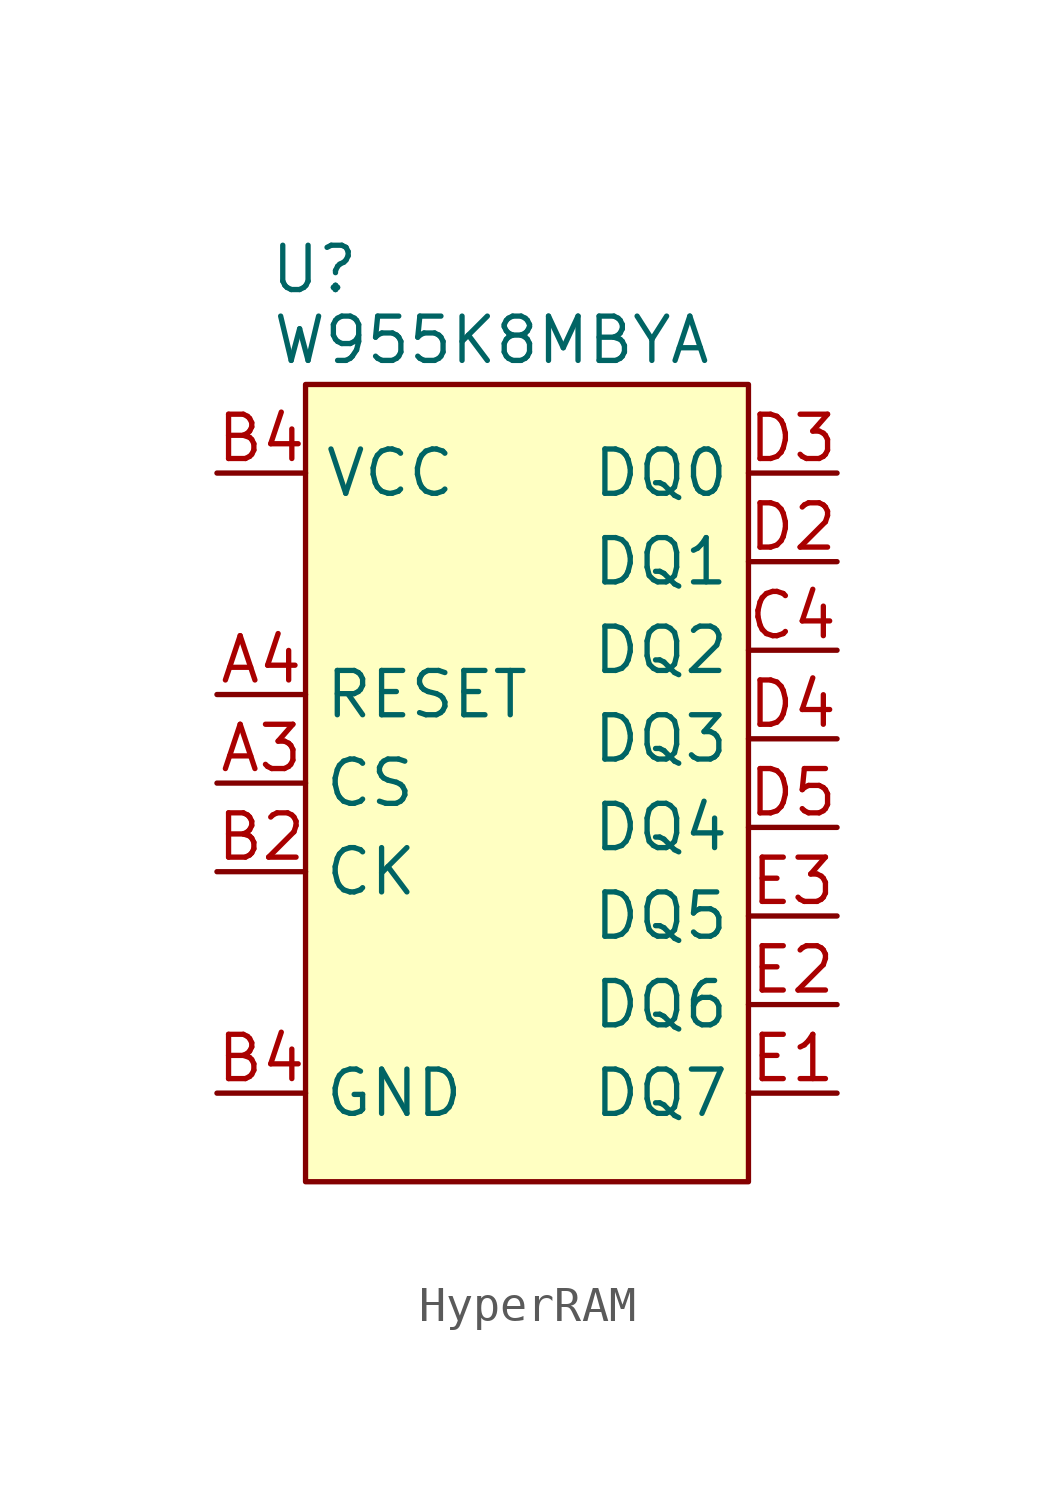
<source format=kicad_sym>
(kicad_symbol_lib
  (version 20231120)
  (generator "kicad_symbol_editor")
  (generator_version "8.0")
  (symbol "HyperRAM"
    (property "Reference" "U"
      (at -6.096 14.732 0)
      (effects (font (size 1.27 1.27))))
    (property "Value" "W955K8MBYA"
      (at -1.016 12.7 0)
      (effects (font (size 1.27 1.27))))
    (symbol "HyperRAM_1_1"
      (rectangle (start -6.35 11.43) (end 6.35 -11.43) (stroke (width 0) (type default)) (fill (type background)))
      (pin bidirectional line (at -8.89 0 0) (length 2.54) (name "CS" (effects (font (size 1.27 1.27)))) (number "A3" (effects (font (size 1.27 1.27)))))
      (pin bidirectional line (at -8.89 2.54 0) (length 2.54) (name "RESET" (effects (font (size 1.27 1.27)))) (number "A4" (effects (font (size 1.27 1.27)))))
      (pin bidirectional line (at -8.89 -2.54 0) (length 2.54) (name "CK" (effects (font (size 1.27 1.27)))) (number "B2" (effects (font (size 1.27 1.27)))))
      (pin power_in line (at -8.89 -8.89 0) (length 2.54) (name "GND" (effects (font (size 1.27 1.27)))) (number "B4" (effects (font (size 1.27 1.27)))))
      (pin power_in line (at -8.89 8.89 0) (length 2.54) (name "VCC" (effects (font (size 1.27 1.27)))) (number "B4" (effects (font (size 1.27 1.27)))))
      (pin power_in line (at -8.89 -8.89 0) (length 2.54) hide (name "GND" (effects (font (size 1.27 1.27)))) (number "C1" (effects (font (size 1.27 1.27)))))
      (pin bidirectional line (at 8.89 3.81 180) (length 2.54) (name "DQ2" (effects (font (size 1.27 1.27)))) (number "C4" (effects (font (size 1.27 1.27)))))
      (pin power_in line (at -8.89 8.89 0) (length 2.54) hide (name "VCC" (effects (font (size 1.27 1.27)))) (number "D1" (effects (font (size 1.27 1.27)))))
      (pin bidirectional line (at 8.89 6.35 180) (length 2.54) (name "DQ1" (effects (font (size 1.27 1.27)))) (number "D2" (effects (font (size 1.27 1.27)))))
      (pin bidirectional line (at 8.89 8.89 180) (length 2.54) (name "DQ0" (effects (font (size 1.27 1.27)))) (number "D3" (effects (font (size 1.27 1.27)))))
      (pin bidirectional line (at 8.89 1.27 180) (length 2.54) (name "DQ3" (effects (font (size 1.27 1.27)))) (number "D4" (effects (font (size 1.27 1.27)))))
      (pin bidirectional line (at 8.89 -1.27 180) (length 2.54) (name "DQ4" (effects (font (size 1.27 1.27)))) (number "D5" (effects (font (size 1.27 1.27)))))
      (pin bidirectional line (at 8.89 -8.89 180) (length 2.54) (name "DQ7" (effects (font (size 1.27 1.27)))) (number "E1" (effects (font (size 1.27 1.27)))))
      (pin bidirectional line (at 8.89 -6.35 180) (length 2.54) (name "DQ6" (effects (font (size 1.27 1.27)))) (number "E2" (effects (font (size 1.27 1.27)))))
      (pin bidirectional line (at 8.89 -3.81 180) (length 2.54) (name "DQ5" (effects (font (size 1.27 1.27)))) (number "E3" (effects (font (size 1.27 1.27)))))
      (pin power_in line (at -8.89 8.89 0) (length 2.54) hide (name "VCC" (effects (font (size 1.27 1.27)))) (number "E4" (effects (font (size 1.27 1.27)))))
      (pin power_in line (at -8.89 -8.89 0) (length 2.54) hide (name "GND" (effects (font (size 1.27 1.27)))) (number "E5" (effects (font (size 1.27 1.27))))))))
</source>
